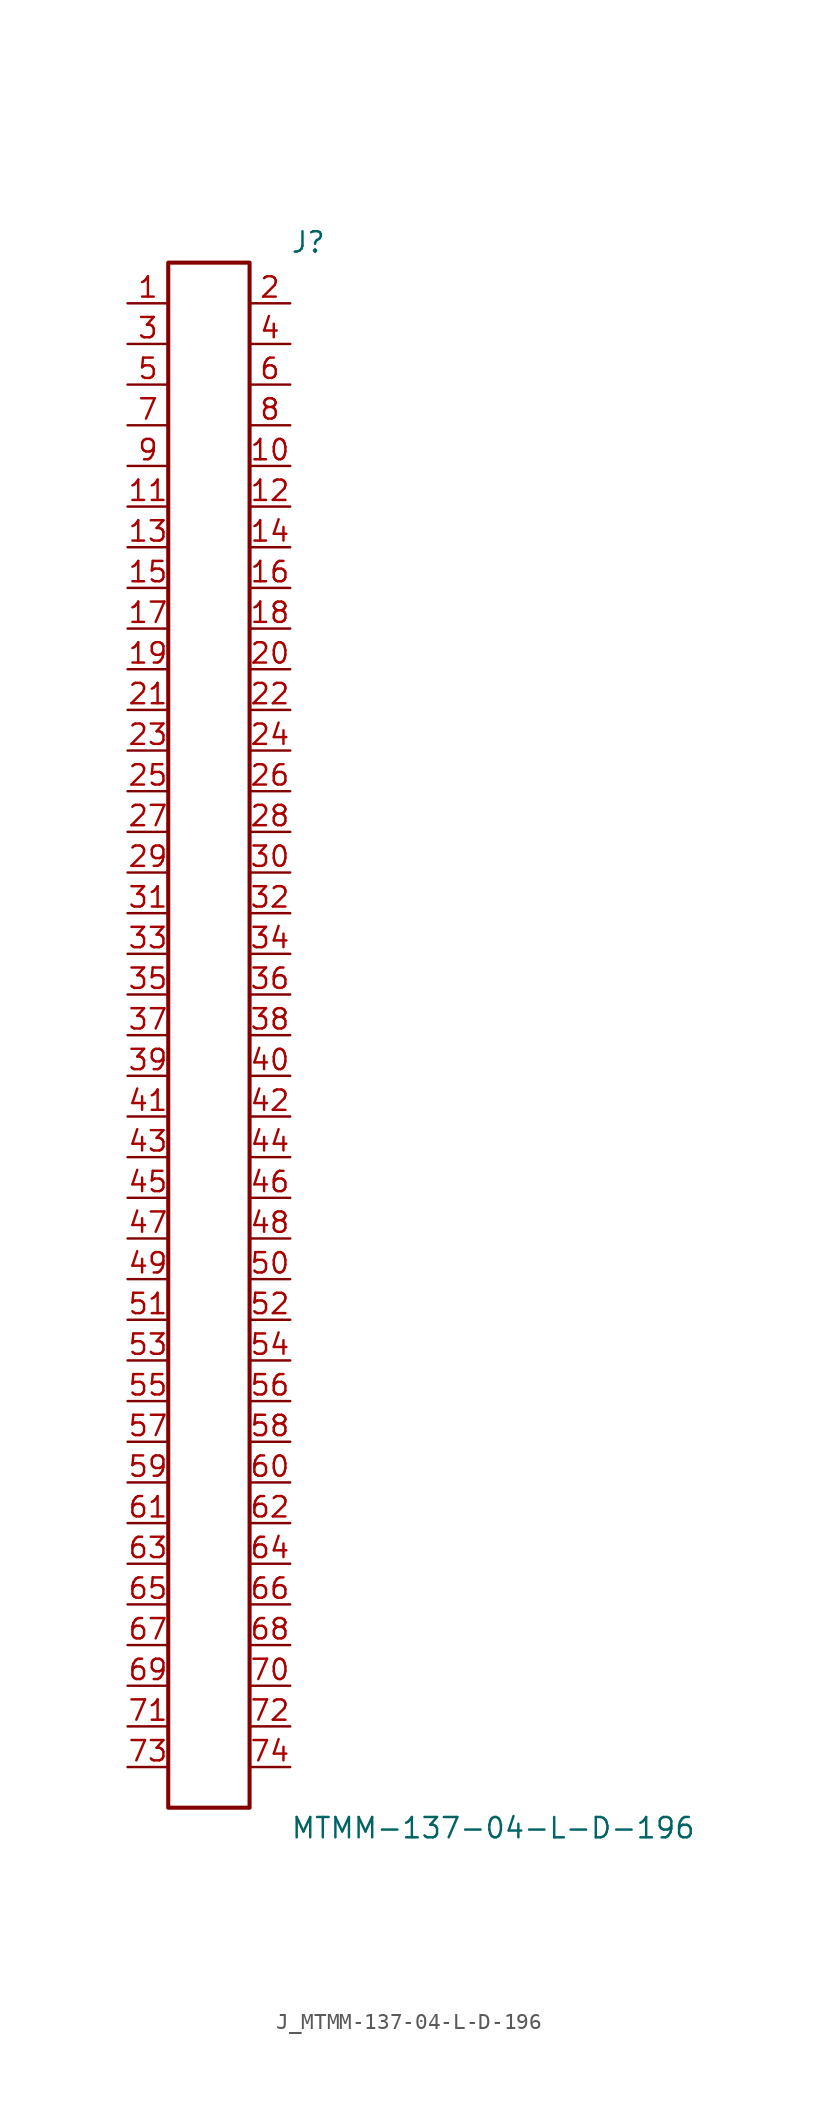
<source format=kicad_sym>
(kicad_symbol_lib
  (version 20231120)
  (generator kicad_symbol_editor)
  (generator_version 8.0)
  (symbol "J_MTMM-137-04-L-D-196"
    (pin_names
      (offset 0.254))
    (property "Reference" "J"
      (at 5.08 49.53 0)
      (effects (font (size 1.27 1.27)) (justify left)))
    (property "Value" "MTMM-137-04-L-D-196"
      (at 5.08 -49.53 0)
      (effects (font (size 1.27 1.27)) (justify left)))
    (symbol "J_MTMM-137-04-L-D-196_0_0"
      (pin passive line (at -5.08 45.72 0) (length 2.54) (name "" (effects (font (size 1.27 1.27)))) (number "1" (effects (font (size 1.27 1.27)))))
      (pin passive line (at 5.08 45.72 180) (length 2.54) (name "" (effects (font (size 1.27 1.27)))) (number "2" (effects (font (size 1.27 1.27)))))
      (pin passive line (at -5.08 43.18 0) (length 2.54) (name "" (effects (font (size 1.27 1.27)))) (number "3" (effects (font (size 1.27 1.27)))))
      (pin passive line (at 5.08 43.18 180) (length 2.54) (name "" (effects (font (size 1.27 1.27)))) (number "4" (effects (font (size 1.27 1.27)))))
      (pin passive line (at -5.08 40.64 0) (length 2.54) (name "" (effects (font (size 1.27 1.27)))) (number "5" (effects (font (size 1.27 1.27)))))
      (pin passive line (at 5.08 40.64 180) (length 2.54) (name "" (effects (font (size 1.27 1.27)))) (number "6" (effects (font (size 1.27 1.27)))))
      (pin passive line (at -5.08 38.1 0) (length 2.54) (name "" (effects (font (size 1.27 1.27)))) (number "7" (effects (font (size 1.27 1.27)))))
      (pin passive line (at 5.08 38.1 180) (length 2.54) (name "" (effects (font (size 1.27 1.27)))) (number "8" (effects (font (size 1.27 1.27)))))
      (pin passive line (at -5.08 35.56 0) (length 2.54) (name "" (effects (font (size 1.27 1.27)))) (number "9" (effects (font (size 1.27 1.27)))))
      (pin passive line (at 5.08 35.56 180) (length 2.54) (name "" (effects (font (size 1.27 1.27)))) (number "10" (effects (font (size 1.27 1.27)))))
      (pin passive line (at -5.08 33.02 0) (length 2.54) (name "" (effects (font (size 1.27 1.27)))) (number "11" (effects (font (size 1.27 1.27)))))
      (pin passive line (at 5.08 33.02 180) (length 2.54) (name "" (effects (font (size 1.27 1.27)))) (number "12" (effects (font (size 1.27 1.27)))))
      (pin passive line (at -5.08 30.48 0) (length 2.54) (name "" (effects (font (size 1.27 1.27)))) (number "13" (effects (font (size 1.27 1.27)))))
      (pin passive line (at 5.08 30.48 180) (length 2.54) (name "" (effects (font (size 1.27 1.27)))) (number "14" (effects (font (size 1.27 1.27)))))
      (pin passive line (at -5.08 27.94 0) (length 2.54) (name "" (effects (font (size 1.27 1.27)))) (number "15" (effects (font (size 1.27 1.27)))))
      (pin passive line (at 5.08 27.94 180) (length 2.54) (name "" (effects (font (size 1.27 1.27)))) (number "16" (effects (font (size 1.27 1.27)))))
      (pin passive line (at -5.08 25.4 0) (length 2.54) (name "" (effects (font (size 1.27 1.27)))) (number "17" (effects (font (size 1.27 1.27)))))
      (pin passive line (at 5.08 25.4 180) (length 2.54) (name "" (effects (font (size 1.27 1.27)))) (number "18" (effects (font (size 1.27 1.27)))))
      (pin passive line (at -5.08 22.86 0) (length 2.54) (name "" (effects (font (size 1.27 1.27)))) (number "19" (effects (font (size 1.27 1.27)))))
      (pin passive line (at 5.08 22.86 180) (length 2.54) (name "" (effects (font (size 1.27 1.27)))) (number "20" (effects (font (size 1.27 1.27)))))
      (pin passive line (at -5.08 20.32 0) (length 2.54) (name "" (effects (font (size 1.27 1.27)))) (number "21" (effects (font (size 1.27 1.27)))))
      (pin passive line (at 5.08 20.32 180) (length 2.54) (name "" (effects (font (size 1.27 1.27)))) (number "22" (effects (font (size 1.27 1.27)))))
      (pin passive line (at -5.08 17.78 0) (length 2.54) (name "" (effects (font (size 1.27 1.27)))) (number "23" (effects (font (size 1.27 1.27)))))
      (pin passive line (at 5.08 17.78 180) (length 2.54) (name "" (effects (font (size 1.27 1.27)))) (number "24" (effects (font (size 1.27 1.27)))))
      (pin passive line (at -5.08 15.24 0) (length 2.54) (name "" (effects (font (size 1.27 1.27)))) (number "25" (effects (font (size 1.27 1.27)))))
      (pin passive line (at 5.08 15.24 180) (length 2.54) (name "" (effects (font (size 1.27 1.27)))) (number "26" (effects (font (size 1.27 1.27)))))
      (pin passive line (at -5.08 12.7 0) (length 2.54) (name "" (effects (font (size 1.27 1.27)))) (number "27" (effects (font (size 1.27 1.27)))))
      (pin passive line (at 5.08 12.7 180) (length 2.54) (name "" (effects (font (size 1.27 1.27)))) (number "28" (effects (font (size 1.27 1.27)))))
      (pin passive line (at -5.08 10.16 0) (length 2.54) (name "" (effects (font (size 1.27 1.27)))) (number "29" (effects (font (size 1.27 1.27)))))
      (pin passive line (at 5.08 10.16 180) (length 2.54) (name "" (effects (font (size 1.27 1.27)))) (number "30" (effects (font (size 1.27 1.27)))))
      (pin passive line (at -5.08 7.62 0) (length 2.54) (name "" (effects (font (size 1.27 1.27)))) (number "31" (effects (font (size 1.27 1.27)))))
      (pin passive line (at 5.08 7.62 180) (length 2.54) (name "" (effects (font (size 1.27 1.27)))) (number "32" (effects (font (size 1.27 1.27)))))
      (pin passive line (at -5.08 5.08 0) (length 2.54) (name "" (effects (font (size 1.27 1.27)))) (number "33" (effects (font (size 1.27 1.27)))))
      (pin passive line (at 5.08 5.08 180) (length 2.54) (name "" (effects (font (size 1.27 1.27)))) (number "34" (effects (font (size 1.27 1.27)))))
      (pin passive line (at -5.08 2.54 0) (length 2.54) (name "" (effects (font (size 1.27 1.27)))) (number "35" (effects (font (size 1.27 1.27)))))
      (pin passive line (at 5.08 2.54 180) (length 2.54) (name "" (effects (font (size 1.27 1.27)))) (number "36" (effects (font (size 1.27 1.27)))))
      (pin passive line (at -5.08 0.0 0) (length 2.54) (name "" (effects (font (size 1.27 1.27)))) (number "37" (effects (font (size 1.27 1.27)))))
      (pin passive line (at 5.08 0.0 180) (length 2.54) (name "" (effects (font (size 1.27 1.27)))) (number "38" (effects (font (size 1.27 1.27)))))
      (pin passive line (at -5.08 -2.54 0) (length 2.54) (name "" (effects (font (size 1.27 1.27)))) (number "39" (effects (font (size 1.27 1.27)))))
      (pin passive line (at 5.08 -2.54 180) (length 2.54) (name "" (effects (font (size 1.27 1.27)))) (number "40" (effects (font (size 1.27 1.27)))))
      (pin passive line (at -5.08 -5.08 0) (length 2.54) (name "" (effects (font (size 1.27 1.27)))) (number "41" (effects (font (size 1.27 1.27)))))
      (pin passive line (at 5.08 -5.08 180) (length 2.54) (name "" (effects (font (size 1.27 1.27)))) (number "42" (effects (font (size 1.27 1.27)))))
      (pin passive line (at -5.08 -7.62 0) (length 2.54) (name "" (effects (font (size 1.27 1.27)))) (number "43" (effects (font (size 1.27 1.27)))))
      (pin passive line (at 5.08 -7.62 180) (length 2.54) (name "" (effects (font (size 1.27 1.27)))) (number "44" (effects (font (size 1.27 1.27)))))
      (pin passive line (at -5.08 -10.16 0) (length 2.54) (name "" (effects (font (size 1.27 1.27)))) (number "45" (effects (font (size 1.27 1.27)))))
      (pin passive line (at 5.08 -10.16 180) (length 2.54) (name "" (effects (font (size 1.27 1.27)))) (number "46" (effects (font (size 1.27 1.27)))))
      (pin passive line (at -5.08 -12.7 0) (length 2.54) (name "" (effects (font (size 1.27 1.27)))) (number "47" (effects (font (size 1.27 1.27)))))
      (pin passive line (at 5.08 -12.7 180) (length 2.54) (name "" (effects (font (size 1.27 1.27)))) (number "48" (effects (font (size 1.27 1.27)))))
      (pin passive line (at -5.08 -15.24 0) (length 2.54) (name "" (effects (font (size 1.27 1.27)))) (number "49" (effects (font (size 1.27 1.27)))))
      (pin passive line (at 5.08 -15.24 180) (length 2.54) (name "" (effects (font (size 1.27 1.27)))) (number "50" (effects (font (size 1.27 1.27)))))
      (pin passive line (at -5.08 -17.78 0) (length 2.54) (name "" (effects (font (size 1.27 1.27)))) (number "51" (effects (font (size 1.27 1.27)))))
      (pin passive line (at 5.08 -17.78 180) (length 2.54) (name "" (effects (font (size 1.27 1.27)))) (number "52" (effects (font (size 1.27 1.27)))))
      (pin passive line (at -5.08 -20.32 0) (length 2.54) (name "" (effects (font (size 1.27 1.27)))) (number "53" (effects (font (size 1.27 1.27)))))
      (pin passive line (at 5.08 -20.32 180) (length 2.54) (name "" (effects (font (size 1.27 1.27)))) (number "54" (effects (font (size 1.27 1.27)))))
      (pin passive line (at -5.08 -22.86 0) (length 2.54) (name "" (effects (font (size 1.27 1.27)))) (number "55" (effects (font (size 1.27 1.27)))))
      (pin passive line (at 5.08 -22.86 180) (length 2.54) (name "" (effects (font (size 1.27 1.27)))) (number "56" (effects (font (size 1.27 1.27)))))
      (pin passive line (at -5.08 -25.4 0) (length 2.54) (name "" (effects (font (size 1.27 1.27)))) (number "57" (effects (font (size 1.27 1.27)))))
      (pin passive line (at 5.08 -25.4 180) (length 2.54) (name "" (effects (font (size 1.27 1.27)))) (number "58" (effects (font (size 1.27 1.27)))))
      (pin passive line (at -5.08 -27.94 0) (length 2.54) (name "" (effects (font (size 1.27 1.27)))) (number "59" (effects (font (size 1.27 1.27)))))
      (pin passive line (at 5.08 -27.94 180) (length 2.54) (name "" (effects (font (size 1.27 1.27)))) (number "60" (effects (font (size 1.27 1.27)))))
      (pin passive line (at -5.08 -30.48 0) (length 2.54) (name "" (effects (font (size 1.27 1.27)))) (number "61" (effects (font (size 1.27 1.27)))))
      (pin passive line (at 5.08 -30.48 180) (length 2.54) (name "" (effects (font (size 1.27 1.27)))) (number "62" (effects (font (size 1.27 1.27)))))
      (pin passive line (at -5.08 -33.02 0) (length 2.54) (name "" (effects (font (size 1.27 1.27)))) (number "63" (effects (font (size 1.27 1.27)))))
      (pin passive line (at 5.08 -33.02 180) (length 2.54) (name "" (effects (font (size 1.27 1.27)))) (number "64" (effects (font (size 1.27 1.27)))))
      (pin passive line (at -5.08 -35.56 0) (length 2.54) (name "" (effects (font (size 1.27 1.27)))) (number "65" (effects (font (size 1.27 1.27)))))
      (pin passive line (at 5.08 -35.56 180) (length 2.54) (name "" (effects (font (size 1.27 1.27)))) (number "66" (effects (font (size 1.27 1.27)))))
      (pin passive line (at -5.08 -38.1 0) (length 2.54) (name "" (effects (font (size 1.27 1.27)))) (number "67" (effects (font (size 1.27 1.27)))))
      (pin passive line (at 5.08 -38.1 180) (length 2.54) (name "" (effects (font (size 1.27 1.27)))) (number "68" (effects (font (size 1.27 1.27)))))
      (pin passive line (at -5.08 -40.64 0) (length 2.54) (name "" (effects (font (size 1.27 1.27)))) (number "69" (effects (font (size 1.27 1.27)))))
      (pin passive line (at 5.08 -40.64 180) (length 2.54) (name "" (effects (font (size 1.27 1.27)))) (number "70" (effects (font (size 1.27 1.27)))))
      (pin passive line (at -5.08 -43.18 0) (length 2.54) (name "" (effects (font (size 1.27 1.27)))) (number "71" (effects (font (size 1.27 1.27)))))
      (pin passive line (at 5.08 -43.18 180) (length 2.54) (name "" (effects (font (size 1.27 1.27)))) (number "72" (effects (font (size 1.27 1.27)))))
      (pin passive line (at -5.08 -45.72 0) (length 2.54) (name "" (effects (font (size 1.27 1.27)))) (number "73" (effects (font (size 1.27 1.27)))))
      (pin passive line (at 5.08 -45.72 180) (length 2.54) (name "" (effects (font (size 1.27 1.27)))) (number "74" (effects (font (size 1.27 1.27))))))
    (symbol "J_MTMM-137-04-L-D-196_1_0"
      (rectangle (start -2.54 48.26) (end 2.54 -48.26) (stroke (width 0.254) (type solid)) (fill (type none))))))
</source>
